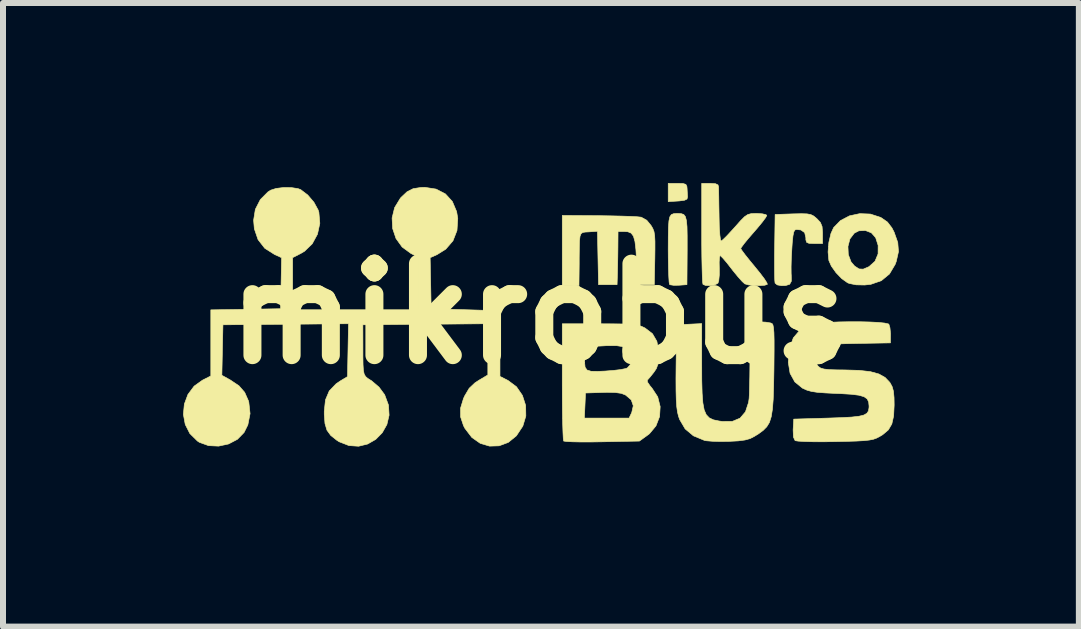
<source format=kicad_pcb>
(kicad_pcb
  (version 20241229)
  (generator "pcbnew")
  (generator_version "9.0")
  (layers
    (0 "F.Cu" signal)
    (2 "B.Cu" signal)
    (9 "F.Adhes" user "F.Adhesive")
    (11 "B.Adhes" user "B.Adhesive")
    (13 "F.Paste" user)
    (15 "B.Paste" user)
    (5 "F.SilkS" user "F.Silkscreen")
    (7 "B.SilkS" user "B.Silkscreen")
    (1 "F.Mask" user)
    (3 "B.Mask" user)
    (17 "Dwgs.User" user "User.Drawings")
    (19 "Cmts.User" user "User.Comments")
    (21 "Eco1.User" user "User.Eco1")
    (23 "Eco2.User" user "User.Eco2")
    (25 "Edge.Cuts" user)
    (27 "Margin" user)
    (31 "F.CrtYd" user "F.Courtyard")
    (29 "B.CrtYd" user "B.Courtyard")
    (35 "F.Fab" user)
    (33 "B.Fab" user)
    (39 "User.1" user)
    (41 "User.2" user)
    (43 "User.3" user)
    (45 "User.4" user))
  (footprint "mikrobus"
    (layer "F.Cu")
    (at 5.945 2.177)
    (property "Reference" "mikrobus" (at 0 0 0) (layer "F.SilkS") (effects (font (size 1.524 1.524) (thickness 0.3))))
    (attr through_hole)
    (fp_poly (pts (xy 2.384 -2.17) (xy 2.431 -2.155) (xy 2.448 -2.121) (xy 2.451 -2.089) (xy 2.456 -1.999) (xy 2.459 -1.947) (xy 2.45 -1.911) (xy 2.408 -1.891) (xy 2.319 -1.879) (xy 2.3 -1.878) (xy 2.137 -1.868) (xy 2.137 -2.172) (xy 2.292 -2.172) (xy 2.384 -2.17)) (stroke (width 0.01) (type solid)) (fill yes) (layer "F.SilkS"))
    (fp_poly (pts (xy 2.302 -1.671) (xy 2.356 -1.667) (xy 2.396 -1.653) (xy 2.423 -1.618) (xy 2.44 -1.554) (xy 2.45 -1.451) (xy 2.453 -1.302) (xy 2.453 -1.096) (xy 2.453 -1.048) (xy 2.449 -0.485) (xy 2.315 -0.475) (xy 2.228 -0.474) (xy 2.169 -0.483) (xy 2.159 -0.489) (xy 2.152 -0.528) (xy 2.146 -0.624) (xy 2.141 -0.762) (xy 2.138 -0.933) (xy 2.137 -1.071) (xy 2.138 -1.285) (xy 2.141 -1.441) (xy 2.149 -1.548) (xy 2.164 -1.615) (xy 2.189 -1.652) (xy 2.227 -1.667) (xy 2.28 -1.671) (xy 2.302 -1.671)) (stroke (width 0.01) (type solid)) (fill yes) (layer "F.SilkS"))
    (fp_poly (pts (xy 4.45 -1.664) (xy 4.513 -1.652) (xy 4.561 -1.628) (xy 4.609 -1.588) (xy 4.612 -1.586) (xy 4.672 -1.521) (xy 4.7 -1.454) (xy 4.708 -1.354) (xy 4.708 -1.334) (xy 4.708 -1.17) (xy 4.569 -1.17) (xy 4.483 -1.173) (xy 4.443 -1.19) (xy 4.43 -1.232) (xy 4.43 -1.266) (xy 4.41 -1.352) (xy 4.347 -1.396) (xy 4.275 -1.404) (xy 4.248 -1.396) (xy 4.229 -1.364) (xy 4.215 -1.297) (xy 4.203 -1.181) (xy 4.197 -1.089) (xy 4.188 -0.932) (xy 4.184 -0.785) (xy 4.185 -0.67) (xy 4.187 -0.638) (xy 4.188 -0.542) (xy 4.16 -0.491) (xy 4.092 -0.47) (xy 4.023 -0.468) (xy 3.953 -0.481) (xy 3.917 -0.511) (xy 3.912 -0.558) (xy 3.909 -0.659) (xy 3.908 -0.802) (xy 3.908 -0.976) (xy 3.91 -1.104) (xy 3.918 -1.654) (xy 4.217 -1.664) (xy 4.357 -1.667) (xy 4.45 -1.664)) (stroke (width 0.01) (type solid)) (fill yes) (layer "F.SilkS"))
    (fp_poly (pts (xy 0.983 -1.634) (xy 1.178 -1.631) (xy 1.357 -1.627) (xy 1.508 -1.622) (xy 1.621 -1.616) (xy 1.685 -1.609) (xy 1.687 -1.609) (xy 1.779 -1.558) (xy 1.85 -1.472) (xy 1.88 -1.421) (xy 1.9 -1.369) (xy 1.911 -1.302) (xy 1.916 -1.207) (xy 1.916 -1.07) (xy 1.914 -0.921) (xy 1.905 -0.485) (xy 1.626 -0.485) (xy 1.61 -0.873) (xy 1.599 -1.067) (xy 1.583 -1.203) (xy 1.558 -1.292) (xy 1.52 -1.343) (xy 1.465 -1.366) (xy 1.406 -1.37) (xy 1.301 -1.37) (xy 1.299 -1.111) (xy 1.297 -0.954) (xy 1.294 -0.793) (xy 1.291 -0.668) (xy 1.285 -0.485) (xy 0.976 -0.485) (xy 0.967 -0.929) (xy 0.958 -1.374) (xy 0.812 -1.364) (xy 0.754 -1.361) (xy 0.713 -1.354) (xy 0.685 -1.334) (xy 0.668 -1.292) (xy 0.659 -1.216) (xy 0.656 -1.098) (xy 0.654 -0.928) (xy 0.654 -0.827) (xy 0.65 -0.468) (xy 0.372 -0.468) (xy 0.372 -1.638) (xy 0.983 -1.634)) (stroke (width 0.01) (type solid)) (fill yes) (layer "F.SilkS"))
    (fp_poly (pts (xy 5.505 -1.661) (xy 5.674 -1.606) (xy 5.688 -1.598) (xy 5.789 -1.528) (xy 5.864 -1.43) (xy 5.901 -1.358) (xy 5.961 -1.188) (xy 5.973 -1.035) (xy 5.936 -0.872) (xy 5.918 -0.823) (xy 5.823 -0.663) (xy 5.687 -0.551) (xy 5.511 -0.49) (xy 5.409 -0.479) (xy 5.268 -0.482) (xy 5.153 -0.505) (xy 5.124 -0.517) (xy 5.028 -0.585) (xy 4.932 -0.685) (xy 4.854 -0.795) (xy 4.813 -0.888) (xy 4.8 -1.029) (xy 4.807 -1.121) (xy 5.131 -1.121) (xy 5.137 -0.986) (xy 5.183 -0.864) (xy 5.242 -0.795) (xy 5.316 -0.747) (xy 5.385 -0.743) (xy 5.476 -0.782) (xy 5.483 -0.786) (xy 5.582 -0.875) (xy 5.633 -0.997) (xy 5.634 -1.139) (xy 5.593 -1.267) (xy 5.522 -1.348) (xy 5.422 -1.387) (xy 5.313 -1.382) (xy 5.237 -1.343) (xy 5.164 -1.247) (xy 5.131 -1.121) (xy 4.807 -1.121) (xy 4.813 -1.189) (xy 4.848 -1.338) (xy 4.893 -1.436) (xy 5.006 -1.552) (xy 5.156 -1.631) (xy 5.328 -1.668) (xy 5.505 -1.661)) (stroke (width 0.01) (type solid)) (fill yes) (layer "F.SilkS"))
    (fp_poly (pts (xy 3.663 0.134) (xy 3.764 0.14) (xy 3.842 0.153) (xy 3.867 0.163) (xy 3.881 0.185) (xy 3.891 0.233) (xy 3.898 0.316) (xy 3.901 0.441) (xy 3.901 0.614) (xy 3.899 0.845) (xy 3.898 0.94) (xy 3.893 1.211) (xy 3.886 1.425) (xy 3.873 1.59) (xy 3.853 1.715) (xy 3.823 1.81) (xy 3.779 1.882) (xy 3.72 1.942) (xy 3.643 1.999) (xy 3.572 2.043) (xy 3.5 2.08) (xy 3.416 2.103) (xy 3.303 2.118) (xy 3.145 2.126) (xy 3.144 2.126) (xy 3.001 2.128) (xy 2.871 2.124) (xy 2.774 2.116) (xy 2.741 2.11) (xy 2.556 2.033) (xy 2.419 1.918) (xy 2.327 1.761) (xy 2.308 1.706) (xy 2.291 1.636) (xy 2.279 1.548) (xy 2.271 1.433) (xy 2.267 1.28) (xy 2.266 1.079) (xy 2.268 0.867) (xy 2.277 0.184) (xy 2.486 0.174) (xy 2.695 0.164) (xy 2.695 0.844) (xy 2.696 1.114) (xy 2.702 1.325) (xy 2.714 1.485) (xy 2.736 1.602) (xy 2.771 1.682) (xy 2.822 1.735) (xy 2.89 1.767) (xy 2.98 1.786) (xy 3.037 1.794) (xy 3.205 1.793) (xy 3.334 1.739) (xy 3.424 1.633) (xy 3.476 1.475) (xy 3.485 1.41) (xy 3.489 1.336) (xy 3.492 1.209) (xy 3.496 1.043) (xy 3.498 0.853) (xy 3.498 0.71) (xy 3.5 0.134) (xy 3.663 0.134)) (stroke (width 0.01) (type solid)) (fill yes) (layer "F.SilkS"))
    (fp_poly (pts (xy 2.923 -2.167) (xy 2.966 -2.147) (xy 2.976 -2.114) (xy 2.977 -2.059) (xy 2.979 -1.953) (xy 2.981 -1.809) (xy 2.984 -1.644) (xy 2.984 -1.629) (xy 2.988 -1.447) (xy 2.997 -1.313) (xy 3.008 -1.232) (xy 3.02 -1.211) (xy 3.053 -1.238) (xy 3.118 -1.302) (xy 3.202 -1.393) (xy 3.249 -1.445) (xy 3.343 -1.551) (xy 3.409 -1.617) (xy 3.463 -1.653) (xy 3.519 -1.668) (xy 3.592 -1.671) (xy 3.613 -1.671) (xy 3.705 -1.665) (xy 3.765 -1.651) (xy 3.779 -1.638) (xy 3.759 -1.601) (xy 3.705 -1.528) (xy 3.625 -1.431) (xy 3.562 -1.358) (xy 3.471 -1.253) (xy 3.399 -1.165) (xy 3.355 -1.105) (xy 3.345 -1.087) (xy 3.365 -1.054) (xy 3.418 -0.983) (xy 3.497 -0.884) (xy 3.577 -0.787) (xy 3.668 -0.675) (xy 3.739 -0.581) (xy 3.781 -0.515) (xy 3.789 -0.49) (xy 3.744 -0.475) (xy 3.661 -0.469) (xy 3.562 -0.471) (xy 3.472 -0.481) (xy 3.413 -0.498) (xy 3.37 -0.537) (xy 3.301 -0.614) (xy 3.219 -0.714) (xy 3.192 -0.749) (xy 3.114 -0.849) (xy 3.049 -0.925) (xy 3.008 -0.966) (xy 3.001 -0.969) (xy 2.991 -0.939) (xy 2.986 -0.86) (xy 2.988 -0.76) (xy 2.988 -0.644) (xy 2.979 -0.552) (xy 2.966 -0.51) (xy 2.916 -0.482) (xy 2.837 -0.469) (xy 2.759 -0.472) (xy 2.716 -0.49) (xy 2.71 -0.528) (xy 2.705 -0.624) (xy 2.701 -0.768) (xy 2.697 -0.951) (xy 2.695 -1.164) (xy 2.695 -1.342) (xy 2.695 -2.172) (xy 2.834 -2.172) (xy 2.923 -2.167)) (stroke (width 0.01) (type solid)) (fill yes) (layer "F.SilkS"))
    (fp_poly (pts (xy 1.21 0.168) (xy 1.373 0.17) (xy 1.493 0.174) (xy 1.581 0.182) (xy 1.646 0.195) (xy 1.698 0.212) (xy 1.748 0.236) (xy 1.753 0.239) (xy 1.874 0.332) (xy 1.948 0.459) (xy 1.98 0.63) (xy 1.982 0.696) (xy 1.973 0.82) (xy 1.939 0.914) (xy 1.898 0.975) (xy 1.84 1.048) (xy 1.796 1.098) (xy 1.788 1.106) (xy 1.792 1.139) (xy 1.833 1.199) (xy 1.868 1.241) (xy 1.962 1.384) (xy 2.003 1.547) (xy 1.993 1.713) (xy 1.933 1.868) (xy 1.825 1.998) (xy 1.795 2.021) (xy 1.657 2.121) (xy 1.038 2.133) (xy 0.848 2.136) (xy 0.679 2.136) (xy 0.541 2.133) (xy 0.444 2.128) (xy 0.397 2.121) (xy 0.395 2.12) (xy 0.389 2.081) (xy 0.384 1.984) (xy 0.379 1.838) (xy 0.377 1.738) (xy 0.74 1.738) (xy 1.485 1.738) (xy 1.529 1.646) (xy 1.555 1.533) (xy 1.521 1.435) (xy 1.429 1.356) (xy 1.426 1.354) (xy 1.355 1.326) (xy 1.257 1.312) (xy 1.118 1.309) (xy 1.045 1.311) (xy 0.759 1.32) (xy 0.75 1.529) (xy 0.74 1.738) (xy 0.377 1.738) (xy 0.375 1.65) (xy 0.373 1.43) (xy 0.372 1.187) (xy 0.372 1.131) (xy 0.372 0.809) (xy 0.744 0.809) (xy 0.752 0.89) (xy 0.784 0.937) (xy 0.851 0.958) (xy 0.962 0.96) (xy 1.084 0.955) (xy 1.223 0.944) (xy 1.343 0.93) (xy 1.428 0.913) (xy 1.455 0.903) (xy 1.502 0.851) (xy 1.517 0.758) (xy 1.518 0.742) (xy 1.506 0.651) (xy 1.467 0.587) (xy 1.392 0.549) (xy 1.274 0.531) (xy 1.104 0.532) (xy 1.054 0.535) (xy 0.76 0.551) (xy 0.75 0.685) (xy 0.744 0.809) (xy 0.372 0.809) (xy 0.372 0.167) (xy 0.996 0.167) (xy 1.21 0.168)) (stroke (width 0.01) (type solid)) (fill yes) (layer "F.SilkS"))
    (fp_poly (pts (xy 5.328 0.133) (xy 5.492 0.137) (xy 5.634 0.144) (xy 5.742 0.155) (xy 5.804 0.169) (xy 5.813 0.175) (xy 5.831 0.234) (xy 5.84 0.327) (xy 5.84 0.351) (xy 5.839 0.485) (xy 5.314 0.494) (xy 5.122 0.498) (xy 4.981 0.502) (xy 4.881 0.509) (xy 4.811 0.52) (xy 4.762 0.537) (xy 4.722 0.56) (xy 4.687 0.587) (xy 4.608 0.679) (xy 4.586 0.773) (xy 4.624 0.861) (xy 4.641 0.88) (xy 4.677 0.905) (xy 4.733 0.921) (xy 4.821 0.931) (xy 4.952 0.935) (xy 5.077 0.936) (xy 5.317 0.943) (xy 5.504 0.964) (xy 5.646 1.003) (xy 5.751 1.062) (xy 5.827 1.142) (xy 5.832 1.149) (xy 5.868 1.215) (xy 5.889 1.291) (xy 5.899 1.397) (xy 5.901 1.521) (xy 5.892 1.703) (xy 5.862 1.836) (xy 5.804 1.935) (xy 5.709 2.015) (xy 5.656 2.047) (xy 5.607 2.072) (xy 5.554 2.091) (xy 5.487 2.104) (xy 5.395 2.114) (xy 5.27 2.121) (xy 5.102 2.126) (xy 4.91 2.13) (xy 4.718 2.133) (xy 4.547 2.132) (xy 4.405 2.128) (xy 4.304 2.122) (xy 4.252 2.114) (xy 4.25 2.112) (xy 4.223 2.054) (xy 4.218 1.936) (xy 4.219 1.918) (xy 4.228 1.755) (xy 4.804 1.738) (xy 5.027 1.73) (xy 5.194 1.721) (xy 5.316 1.707) (xy 5.397 1.687) (xy 5.447 1.658) (xy 5.473 1.619) (xy 5.482 1.566) (xy 5.483 1.538) (xy 5.476 1.469) (xy 5.451 1.418) (xy 5.4 1.382) (xy 5.313 1.357) (xy 5.183 1.341) (xy 5.002 1.33) (xy 4.941 1.328) (xy 4.757 1.319) (xy 4.622 1.309) (xy 4.524 1.294) (xy 4.448 1.273) (xy 4.382 1.243) (xy 4.373 1.239) (xy 4.246 1.135) (xy 4.167 0.992) (xy 4.137 0.809) (xy 4.156 0.591) (xy 4.161 0.569) (xy 4.221 0.402) (xy 4.326 0.278) (xy 4.478 0.196) (xy 4.581 0.168) (xy 4.682 0.153) (xy 4.819 0.143) (xy 4.98 0.136) (xy 5.153 0.133) (xy 5.328 0.133)) (stroke (width 0.01) (type solid)) (fill yes) (layer "F.SilkS"))
    (fp_poly (pts (xy -1.73 -2.077) (xy -1.575 -1.997) (xy -1.459 -1.87) (xy -1.388 -1.702) (xy -1.369 -1.588) (xy -1.382 -1.387) (xy -1.449 -1.215) (xy -1.569 -1.076) (xy -1.713 -0.986) (xy -1.829 -0.934) (xy -1.812 -0.084) (xy -1.239 -0.067) (xy -0.666 -0.05) (xy -0.666 1.043) (xy -0.532 1.111) (xy -0.391 1.216) (xy -0.292 1.36) (xy -0.238 1.527) (xy -0.235 1.704) (xy -0.285 1.871) (xy -0.392 2.033) (xy -0.527 2.143) (xy -0.68 2.2) (xy -0.839 2.205) (xy -0.994 2.159) (xy -1.135 2.06) (xy -1.25 1.909) (xy -1.273 1.865) (xy -1.322 1.718) (xy -1.323 1.574) (xy -1.274 1.413) (xy -1.254 1.369) (xy -1.179 1.242) (xy -1.083 1.151) (xy -1.022 1.111) (xy -0.868 1.019) (xy -0.868 0.593) (xy -0.867 0.166) (xy -1.909 0.175) (xy -2.95 0.184) (xy -2.949 0.518) (xy -2.949 0.712) (xy -2.947 0.85) (xy -2.941 0.944) (xy -2.928 1.005) (xy -2.905 1.045) (xy -2.87 1.076) (xy -2.819 1.108) (xy -2.804 1.117) (xy -2.681 1.222) (xy -2.587 1.349) (xy -2.523 1.522) (xy -2.513 1.69) (xy -2.55 1.846) (xy -2.627 1.982) (xy -2.736 2.093) (xy -2.87 2.17) (xy -3.021 2.207) (xy -3.182 2.196) (xy -3.346 2.132) (xy -3.386 2.106) (xy -3.486 2.026) (xy -3.548 1.94) (xy -3.581 1.83) (xy -3.593 1.676) (xy -3.593 1.626) (xy -3.573 1.435) (xy -3.51 1.286) (xy -3.396 1.167) (xy -3.329 1.121) (xy -3.206 1.047) (xy -3.189 0.166) (xy -5.281 0.184) (xy -5.29 0.604) (xy -5.299 1.025) (xy -5.16 1.102) (xy -5.015 1.199) (xy -4.919 1.309) (xy -4.857 1.449) (xy -4.85 1.474) (xy -4.829 1.664) (xy -4.866 1.851) (xy -4.929 1.978) (xy -5.04 2.092) (xy -5.187 2.169) (xy -5.353 2.205) (xy -5.521 2.197) (xy -5.673 2.142) (xy -5.706 2.12) (xy -5.832 1.996) (xy -5.909 1.844) (xy -5.94 1.676) (xy -5.924 1.505) (xy -5.864 1.344) (xy -5.761 1.206) (xy -5.623 1.107) (xy -5.483 1.036) (xy -5.483 -0.065) (xy -4.902 -0.074) (xy -4.321 -0.084) (xy -4.312 -0.509) (xy -4.304 -0.934) (xy -4.42 -0.987) (xy -4.584 -1.091) (xy -4.696 -1.235) (xy -4.758 -1.416) (xy -4.77 -1.559) (xy -4.741 -1.74) (xy -4.658 -1.902) (xy -4.532 -2.029) (xy -4.485 -2.059) (xy -4.395 -2.088) (xy -4.272 -2.103) (xy -4.142 -2.102) (xy -4.031 -2.085) (xy -3.986 -2.068) (xy -3.869 -1.979) (xy -3.766 -1.859) (xy -3.696 -1.731) (xy -3.683 -1.692) (xy -3.667 -1.506) (xy -3.706 -1.326) (xy -3.793 -1.166) (xy -3.922 -1.041) (xy -3.983 -1.005) (xy -4.12 -0.935) (xy -4.12 -0.067) (xy -2.013 -0.067) (xy -2.013 -0.935) (xy -2.15 -1.005) (xy -2.296 -1.112) (xy -2.398 -1.254) (xy -2.454 -1.42) (xy -2.463 -1.596) (xy -2.421 -1.768) (xy -2.326 -1.924) (xy -2.313 -1.939) (xy -2.214 -2.032) (xy -2.112 -2.084) (xy -1.984 -2.104) (xy -1.917 -2.106) (xy -1.73 -2.077)) (stroke (width 0.01) (type solid)) (fill yes) (layer "F.SilkS")))
  (gr_rect
    (start -3 -3)
    (end 14.923 7.389)
    (stroke (width 0.1) (type default))
    (fill no)
    (layer "Edge.Cuts")))
</source>
